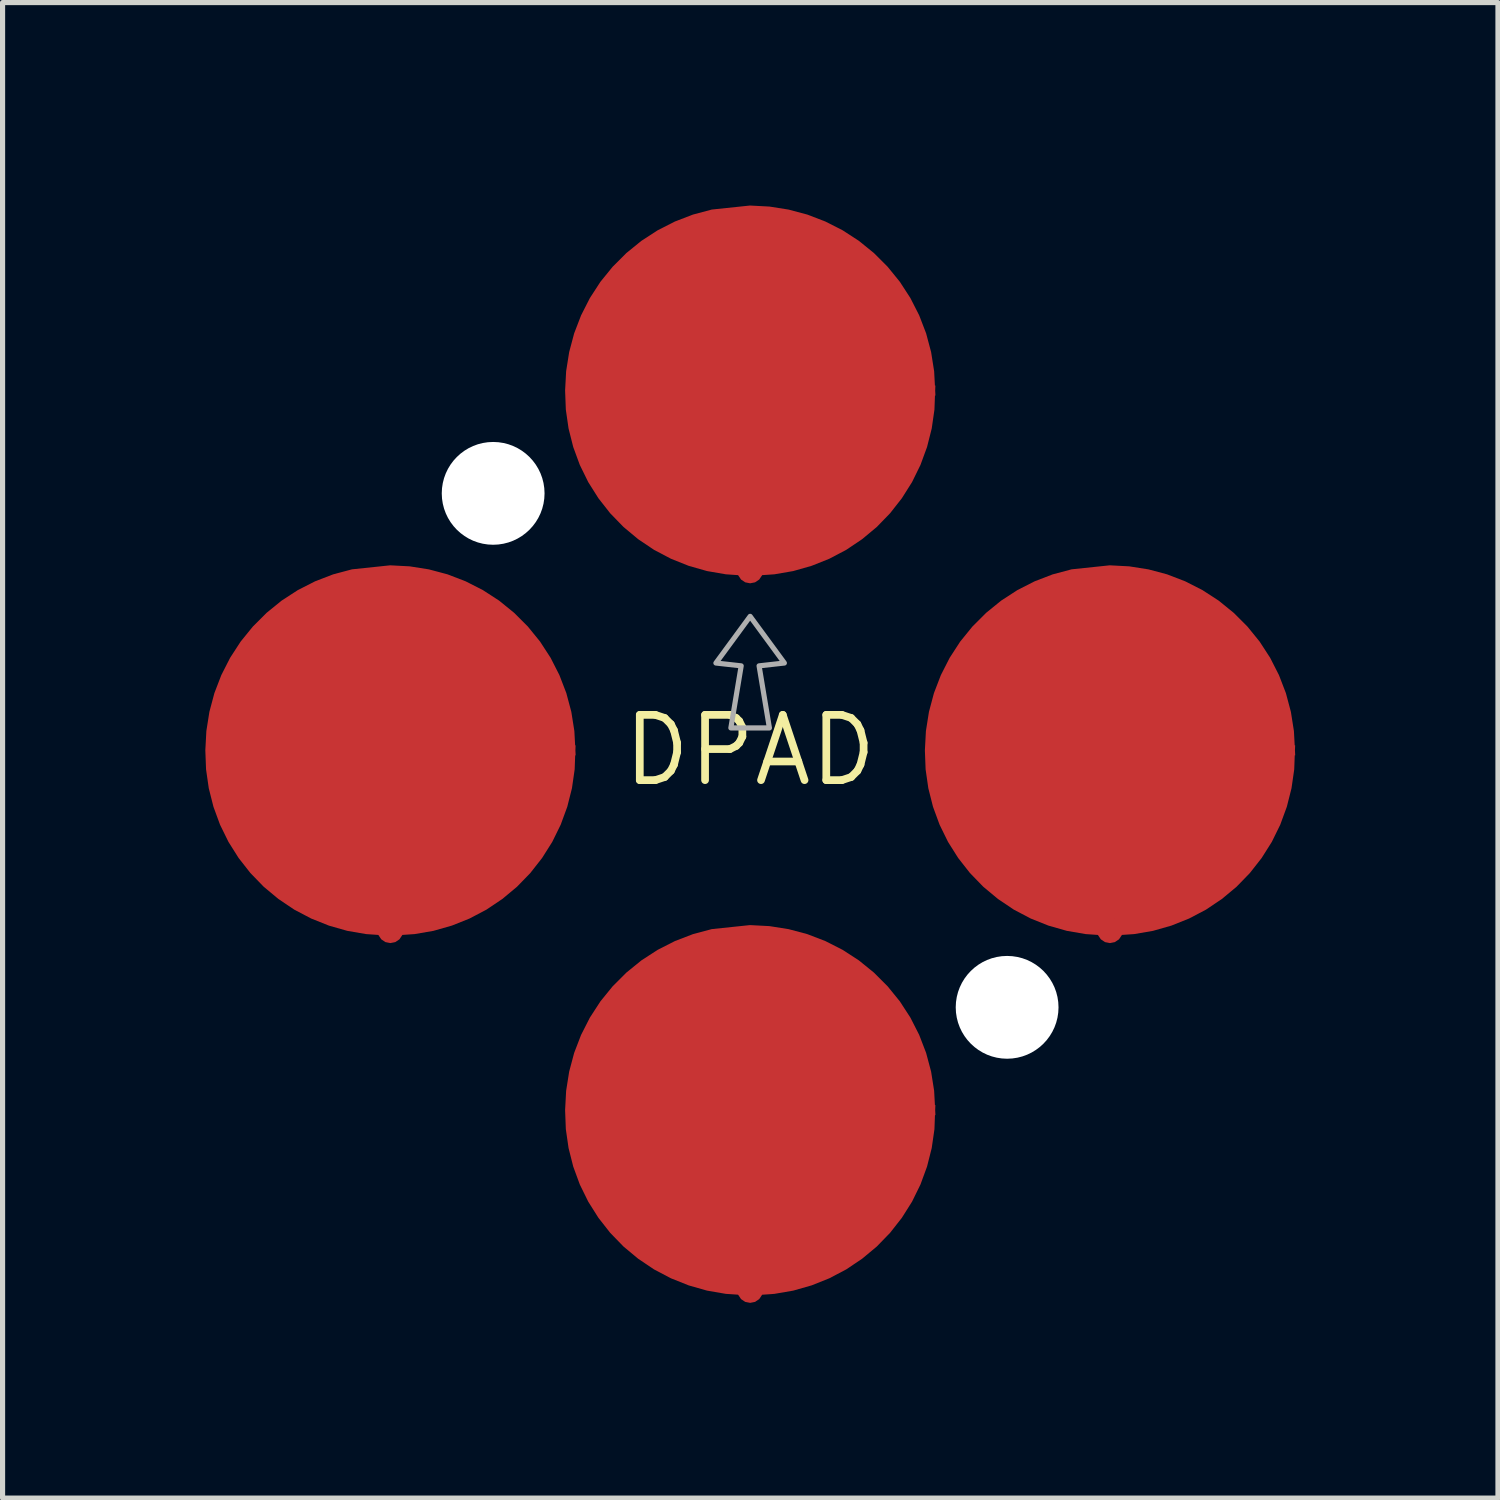
<source format=kicad_pcb>
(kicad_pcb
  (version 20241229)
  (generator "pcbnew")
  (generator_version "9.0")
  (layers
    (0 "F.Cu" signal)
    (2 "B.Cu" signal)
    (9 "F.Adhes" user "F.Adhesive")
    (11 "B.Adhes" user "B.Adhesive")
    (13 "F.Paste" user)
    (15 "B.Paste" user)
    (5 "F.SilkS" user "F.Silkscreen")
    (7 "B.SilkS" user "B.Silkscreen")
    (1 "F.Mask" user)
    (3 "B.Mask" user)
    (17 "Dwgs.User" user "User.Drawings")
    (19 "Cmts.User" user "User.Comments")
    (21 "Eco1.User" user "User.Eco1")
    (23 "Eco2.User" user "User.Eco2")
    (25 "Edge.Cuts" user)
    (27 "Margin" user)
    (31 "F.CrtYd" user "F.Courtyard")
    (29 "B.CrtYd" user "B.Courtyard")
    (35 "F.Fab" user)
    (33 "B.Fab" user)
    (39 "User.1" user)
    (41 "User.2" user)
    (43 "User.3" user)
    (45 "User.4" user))
  (footprint "DPAD"
    (layer "F.Cu")
    (at 11.545 11.549)
    (property "Reference" "DPAD" (at 0 0 0) (layer "F.SilkS") (effects (font (size 1.27 1.27) (thickness 0.15))))
    (fp_poly (pts (xy 0.491 5.476) (xy 0.727 5.574) (xy 0.941 5.705) (xy 1.132 5.868) (xy 1.295 6.059) (xy 1.426 6.273) (xy 1.522 6.505) (xy 1.581 6.75) (xy 1.601 7.004) (xy 1.524 7.491) (xy 1.426 7.727) (xy 1.295 7.941) (xy 1.132 8.132) (xy 0.941 8.295) (xy 0.727 8.426) (xy 0.495 8.522) (xy 0.25 8.581) (xy -0.004 8.601) (xy -0.491 8.524) (xy -0.727 8.426) (xy -0.941 8.295) (xy -1.132 8.132) (xy -1.295 7.941) (xy -1.426 7.727) (xy -1.522 7.495) (xy -1.581 7.25) (xy -1.601 6.996) (xy -1.524 6.509) (xy -1.426 6.273) (xy -1.295 6.059) (xy -1.132 5.868) (xy -0.941 5.705) (xy -0.727 5.574) (xy -0.495 5.478) (xy -0.25 5.419) (xy 0.004 5.399)) (stroke (width 0) (type default)) (fill yes) (layer "F.Cu"))
    (fp_poly (pts (xy 7.491 -1.524) (xy 7.727 -1.426) (xy 7.941 -1.295) (xy 8.132 -1.132) (xy 8.295 -0.941) (xy 8.426 -0.727) (xy 8.522 -0.495) (xy 8.581 -0.25) (xy 8.601 0.004) (xy 8.524 0.491) (xy 8.426 0.727) (xy 8.295 0.941) (xy 8.132 1.132) (xy 7.941 1.295) (xy 7.727 1.426) (xy 7.495 1.522) (xy 7.25 1.581) (xy 6.996 1.601) (xy 6.509 1.524) (xy 6.273 1.426) (xy 6.059 1.295) (xy 5.868 1.132) (xy 5.705 0.941) (xy 5.574 0.727) (xy 5.478 0.495) (xy 5.419 0.25) (xy 5.399 -0.004) (xy 5.476 -0.491) (xy 5.574 -0.727) (xy 5.705 -0.941) (xy 5.868 -1.132) (xy 6.059 -1.295) (xy 6.273 -1.426) (xy 6.505 -1.522) (xy 6.75 -1.581) (xy 7.004 -1.601)) (stroke (width 0) (type default)) (fill yes) (layer "F.Cu"))
    (fp_poly (pts (xy -6.509 -1.524) (xy -6.273 -1.426) (xy -6.059 -1.295) (xy -5.868 -1.132) (xy -5.705 -0.941) (xy -5.574 -0.727) (xy -5.478 -0.495) (xy -5.419 -0.25) (xy -5.399 0.004) (xy -5.476 0.491) (xy -5.574 0.727) (xy -5.705 0.941) (xy -5.868 1.132) (xy -6.059 1.295) (xy -6.273 1.426) (xy -6.505 1.522) (xy -6.75 1.581) (xy -6.996 1.6) (xy -7.008 1.6) (xy -7.491 1.524) (xy -7.727 1.426) (xy -7.941 1.295) (xy -8.132 1.132) (xy -8.295 0.941) (xy -8.426 0.727) (xy -8.522 0.495) (xy -8.581 0.25) (xy -8.601 -0.004) (xy -8.524 -0.491) (xy -8.426 -0.727) (xy -8.295 -0.941) (xy -8.132 -1.132) (xy -7.941 -1.295) (xy -7.727 -1.426) (xy -7.495 -1.522) (xy -7.25 -1.581) (xy -6.996 -1.601)) (stroke (width 0) (type default)) (fill yes) (layer "F.Cu"))
    (fp_poly (pts (xy 0.491 -8.524) (xy 0.727 -8.426) (xy 0.941 -8.295) (xy 1.132 -8.132) (xy 1.295 -7.941) (xy 1.426 -7.727) (xy 1.522 -7.495) (xy 1.581 -7.25) (xy 1.601 -6.996) (xy 1.524 -6.509) (xy 1.426 -6.273) (xy 1.295 -6.059) (xy 1.132 -5.868) (xy 0.941 -5.705) (xy 0.727 -5.574) (xy 0.495 -5.478) (xy 0.25 -5.419) (xy 0.004 -5.4) (xy -0.008 -5.4) (xy -0.491 -5.476) (xy -0.727 -5.574) (xy -0.941 -5.705) (xy -1.132 -5.868) (xy -1.295 -6.059) (xy -1.426 -6.273) (xy -1.522 -6.505) (xy -1.581 -6.75) (xy -1.601 -7.004) (xy -1.524 -7.491) (xy -1.426 -7.727) (xy -1.295 -7.941) (xy -1.132 -8.132) (xy -0.941 -8.295) (xy -0.727 -8.426) (xy -0.495 -8.522) (xy -0.25 -8.581) (xy 0.004 -8.601)) (stroke (width 0) (type default)) (fill yes) (layer "F.Cu"))
    (fp_poly (pts (xy -6.624 -3.58) (xy -6.251 -3.521) (xy -5.887 -3.424) (xy -5.536 -3.289) (xy -5.2 -3.118) (xy -4.884 -2.913) (xy -4.591 -2.675) (xy -4.325 -2.409) (xy -4.087 -2.116) (xy -3.882 -1.8) (xy -3.711 -1.464) (xy -3.576 -1.113) (xy -3.479 -0.749) (xy -3.42 -0.376) (xy -3.405 -0.098) (xy -3.396 -0.098) (xy -3.4 -0.001) (xy -3.395 0.097) (xy -3.404 0.098) (xy -3.414 0.37) (xy -3.467 0.738) (xy -3.558 1.098) (xy -3.686 1.447) (xy -3.85 1.781) (xy -4.048 2.095) (xy -4.277 2.387) (xy -4.536 2.654) (xy -4.822 2.892) (xy -5.13 3.099) (xy -5.459 3.272) (xy -5.804 3.41) (xy -6.162 3.512) (xy -6.528 3.575) (xy -7 3.607) (xy -7 3.502) (xy -7.004 3.607) (xy -7.472 3.575) (xy -7.838 3.512) (xy -8.196 3.41) (xy -8.541 3.272) (xy -8.87 3.099) (xy -9.178 2.892) (xy -9.464 2.654) (xy -9.723 2.387) (xy -9.952 2.095) (xy -10.15 1.781) (xy -10.314 1.447) (xy -10.442 1.098) (xy -10.533 0.738) (xy -10.586 0.37) (xy -10.6 -0.001) (xy -10.58 -0.376) (xy -10.521 -0.749) (xy -10.424 -1.113) (xy -10.289 -1.464) (xy -10.118 -1.8) (xy -9.913 -2.116) (xy -9.675 -2.409) (xy -9.409 -2.675) (xy -9.116 -2.913) (xy -8.8 -3.118) (xy -8.464 -3.289) (xy -8.113 -3.424) (xy -7.746 -3.522) (xy -7.003 -3.6)) (stroke (width 0) (type default)) (fill yes) (layer "F.Cu"))
    (fp_poly (pts (xy 0.376 -10.58) (xy 0.749 -10.521) (xy 1.113 -10.424) (xy 1.464 -10.289) (xy 1.8 -10.118) (xy 2.116 -9.913) (xy 2.409 -9.675) (xy 2.675 -9.409) (xy 2.913 -9.116) (xy 3.118 -8.8) (xy 3.289 -8.464) (xy 3.424 -8.113) (xy 3.521 -7.749) (xy 3.58 -7.376) (xy 3.595 -7.098) (xy 3.604 -7.098) (xy 3.6 -7.001) (xy 3.605 -6.903) (xy 3.596 -6.902) (xy 3.586 -6.63) (xy 3.533 -6.262) (xy 3.442 -5.902) (xy 3.314 -5.553) (xy 3.15 -5.219) (xy 2.952 -4.905) (xy 2.723 -4.613) (xy 2.464 -4.346) (xy 2.178 -4.108) (xy 1.87 -3.901) (xy 1.541 -3.728) (xy 1.196 -3.59) (xy 0.838 -3.488) (xy 0.472 -3.425) (xy 0 -3.393) (xy 0 -3.498) (xy -0.004 -3.393) (xy -0.472 -3.425) (xy -0.838 -3.488) (xy -1.196 -3.59) (xy -1.541 -3.728) (xy -1.87 -3.901) (xy -2.178 -4.108) (xy -2.464 -4.346) (xy -2.723 -4.613) (xy -2.952 -4.905) (xy -3.15 -5.219) (xy -3.314 -5.553) (xy -3.442 -5.902) (xy -3.533 -6.262) (xy -3.586 -6.63) (xy -3.6 -7.001) (xy -3.58 -7.376) (xy -3.521 -7.749) (xy -3.424 -8.113) (xy -3.289 -8.464) (xy -3.118 -8.8) (xy -2.913 -9.116) (xy -2.675 -9.409) (xy -2.409 -9.675) (xy -2.116 -9.913) (xy -1.8 -10.118) (xy -1.464 -10.289) (xy -1.113 -10.424) (xy -0.746 -10.522) (xy -0.003 -10.6)) (stroke (width 0) (type default)) (fill yes) (layer "F.Cu"))
    (fp_poly (pts (xy 0.376 3.42) (xy 0.749 3.479) (xy 1.113 3.576) (xy 1.464 3.711) (xy 1.8 3.882) (xy 2.116 4.087) (xy 2.409 4.325) (xy 2.675 4.591) (xy 2.913 4.884) (xy 3.118 5.2) (xy 3.289 5.536) (xy 3.424 5.887) (xy 3.521 6.251) (xy 3.58 6.624) (xy 3.595 6.902) (xy 3.604 6.902) (xy 3.6 6.999) (xy 3.605 7.097) (xy 3.596 7.098) (xy 3.586 7.37) (xy 3.533 7.738) (xy 3.442 8.098) (xy 3.314 8.447) (xy 3.15 8.781) (xy 2.952 9.095) (xy 2.723 9.387) (xy 2.464 9.654) (xy 2.178 9.892) (xy 1.87 10.099) (xy 1.541 10.272) (xy 1.196 10.41) (xy 0.838 10.512) (xy 0.472 10.575) (xy 0 10.607) (xy 0 10.502) (xy -0.004 10.607) (xy -0.472 10.575) (xy -0.838 10.512) (xy -1.196 10.41) (xy -1.541 10.272) (xy -1.87 10.099) (xy -2.178 9.892) (xy -2.464 9.654) (xy -2.723 9.387) (xy -2.952 9.095) (xy -3.15 8.781) (xy -3.314 8.447) (xy -3.442 8.098) (xy -3.533 7.738) (xy -3.586 7.37) (xy -3.6 6.999) (xy -3.58 6.624) (xy -3.521 6.251) (xy -3.424 5.887) (xy -3.289 5.536) (xy -3.118 5.2) (xy -2.913 4.884) (xy -2.675 4.591) (xy -2.409 4.325) (xy -2.116 4.087) (xy -1.8 3.882) (xy -1.464 3.711) (xy -1.113 3.576) (xy -0.746 3.478) (xy -0.003 3.4)) (stroke (width 0) (type default)) (fill yes) (layer "F.Cu"))
    (fp_poly (pts (xy 7.376 -3.58) (xy 7.749 -3.521) (xy 8.113 -3.424) (xy 8.464 -3.289) (xy 8.8 -3.118) (xy 9.116 -2.913) (xy 9.409 -2.675) (xy 9.675 -2.409) (xy 9.913 -2.116) (xy 10.118 -1.8) (xy 10.289 -1.464) (xy 10.424 -1.113) (xy 10.521 -0.749) (xy 10.58 -0.376) (xy 10.595 -0.098) (xy 10.604 -0.098) (xy 10.6 -0.001) (xy 10.605 0.097) (xy 10.596 0.098) (xy 10.586 0.37) (xy 10.533 0.738) (xy 10.442 1.098) (xy 10.314 1.447) (xy 10.15 1.781) (xy 9.952 2.095) (xy 9.723 2.387) (xy 9.464 2.654) (xy 9.178 2.892) (xy 8.87 3.099) (xy 8.541 3.272) (xy 8.196 3.41) (xy 7.838 3.512) (xy 7.472 3.575) (xy 7 3.607) (xy 7 3.502) (xy 6.996 3.607) (xy 6.528 3.575) (xy 6.162 3.512) (xy 5.804 3.41) (xy 5.459 3.272) (xy 5.13 3.099) (xy 4.822 2.892) (xy 4.536 2.654) (xy 4.277 2.387) (xy 4.048 2.095) (xy 3.85 1.781) (xy 3.686 1.447) (xy 3.558 1.098) (xy 3.467 0.738) (xy 3.414 0.37) (xy 3.4 -0.001) (xy 3.42 -0.376) (xy 3.479 -0.749) (xy 3.576 -1.113) (xy 3.711 -1.464) (xy 3.882 -1.8) (xy 4.087 -2.116) (xy 4.325 -2.409) (xy 4.591 -2.675) (xy 4.884 -2.913) (xy 5.2 -3.118) (xy 5.536 -3.289) (xy 5.887 -3.424) (xy 6.254 -3.522) (xy 6.997 -3.6)) (stroke (width 0) (type default)) (fill yes) (layer "F.Cu"))
    (fp_poly (pts (xy -6.598 -4.08) (xy -6.2 -4.021) (xy -5.81 -3.924) (xy -5.431 -3.788) (xy -5.067 -3.616) (xy -4.722 -3.409) (xy -4.399 -3.169) (xy -4.101 -2.899) (xy -3.831 -2.601) (xy -3.591 -2.278) (xy -3.384 -1.933) (xy -3.212 -1.569) (xy -3.076 -1.19) (xy -2.978 -0.798) (xy -2.9 -0.002) (xy -2.92 0.402) (xy -2.979 0.8) (xy -3.076 1.19) (xy -3.212 1.569) (xy -3.384 1.933) (xy -3.591 2.278) (xy -3.831 2.601) (xy -4.101 2.899) (xy -4.399 3.169) (xy -4.722 3.409) (xy -5.067 3.616) (xy -5.431 3.788) (xy -5.81 3.924) (xy -6.202 4.022) (xy -6.998 4.1) (xy -7.402 4.08) (xy -7.8 4.021) (xy -8.19 3.924) (xy -8.569 3.788) (xy -8.933 3.616) (xy -9.278 3.409) (xy -9.601 3.169) (xy -9.899 2.899) (xy -10.169 2.601) (xy -10.409 2.278) (xy -10.616 1.933) (xy -10.788 1.569) (xy -10.924 1.19) (xy -11.022 0.798) (xy -11.1 0.002) (xy -11.08 -0.402) (xy -11.021 -0.8) (xy -10.924 -1.19) (xy -10.788 -1.569) (xy -10.616 -1.933) (xy -10.409 -2.278) (xy -10.169 -2.601) (xy -9.899 -2.899) (xy -9.601 -3.169) (xy -9.278 -3.409) (xy -8.933 -3.616) (xy -8.569 -3.788) (xy -8.19 -3.924) (xy -7.798 -4.022) (xy -7.002 -4.1)) (stroke (width 0) (type default)) (fill yes) (layer "F.Mask"))
    (fp_poly (pts (xy 0.402 -11.08) (xy 0.8 -11.021) (xy 1.19 -10.924) (xy 1.569 -10.788) (xy 1.933 -10.616) (xy 2.278 -10.409) (xy 2.601 -10.169) (xy 2.899 -9.899) (xy 3.169 -9.601) (xy 3.409 -9.278) (xy 3.616 -8.933) (xy 3.788 -8.569) (xy 3.924 -8.19) (xy 4.022 -7.798) (xy 4.1 -7.002) (xy 4.08 -6.598) (xy 4.021 -6.2) (xy 3.924 -5.81) (xy 3.788 -5.431) (xy 3.616 -5.067) (xy 3.409 -4.722) (xy 3.169 -4.399) (xy 2.899 -4.101) (xy 2.601 -3.831) (xy 2.278 -3.591) (xy 1.933 -3.384) (xy 1.569 -3.212) (xy 1.19 -3.076) (xy 0.798 -2.978) (xy 0.002 -2.9) (xy -0.402 -2.92) (xy -0.8 -2.979) (xy -1.19 -3.076) (xy -1.569 -3.212) (xy -1.933 -3.384) (xy -2.278 -3.591) (xy -2.601 -3.831) (xy -2.899 -4.101) (xy -3.169 -4.399) (xy -3.409 -4.722) (xy -3.616 -5.067) (xy -3.788 -5.431) (xy -3.924 -5.81) (xy -4.022 -6.202) (xy -4.1 -6.998) (xy -4.08 -7.402) (xy -4.021 -7.8) (xy -3.924 -8.19) (xy -3.788 -8.569) (xy -3.616 -8.933) (xy -3.409 -9.278) (xy -3.169 -9.601) (xy -2.899 -9.899) (xy -2.601 -10.169) (xy -2.278 -10.409) (xy -1.933 -10.616) (xy -1.569 -10.788) (xy -1.19 -10.924) (xy -0.798 -11.022) (xy -0.002 -11.1)) (stroke (width 0) (type default)) (fill yes) (layer "F.Mask"))
    (fp_poly (pts (xy 0.402 2.92) (xy 0.8 2.979) (xy 1.19 3.076) (xy 1.569 3.212) (xy 1.933 3.384) (xy 2.278 3.591) (xy 2.601 3.831) (xy 2.899 4.101) (xy 3.169 4.399) (xy 3.409 4.722) (xy 3.616 5.067) (xy 3.788 5.431) (xy 3.924 5.81) (xy 4.022 6.202) (xy 4.1 6.998) (xy 4.08 7.402) (xy 4.021 7.8) (xy 3.924 8.19) (xy 3.788 8.569) (xy 3.616 8.933) (xy 3.409 9.278) (xy 3.169 9.601) (xy 2.899 9.899) (xy 2.601 10.169) (xy 2.278 10.409) (xy 1.933 10.616) (xy 1.569 10.788) (xy 1.19 10.924) (xy 0.798 11.022) (xy 0.002 11.1) (xy -0.402 11.08) (xy -0.8 11.021) (xy -1.19 10.924) (xy -1.569 10.788) (xy -1.933 10.616) (xy -2.278 10.409) (xy -2.601 10.169) (xy -2.899 9.899) (xy -3.169 9.601) (xy -3.409 9.278) (xy -3.616 8.933) (xy -3.788 8.569) (xy -3.924 8.19) (xy -4.022 7.798) (xy -4.1 7.002) (xy -4.08 6.598) (xy -4.021 6.2) (xy -3.924 5.81) (xy -3.788 5.431) (xy -3.616 5.067) (xy -3.409 4.722) (xy -3.169 4.399) (xy -2.899 4.101) (xy -2.601 3.831) (xy -2.278 3.591) (xy -1.933 3.384) (xy -1.569 3.212) (xy -1.19 3.076) (xy -0.798 2.978) (xy -0.002 2.9)) (stroke (width 0) (type default)) (fill yes) (layer "F.Mask"))
    (fp_poly (pts (xy 7.402 -4.08) (xy 7.8 -4.021) (xy 8.19 -3.924) (xy 8.569 -3.788) (xy 8.933 -3.616) (xy 9.278 -3.409) (xy 9.601 -3.169) (xy 9.899 -2.899) (xy 10.169 -2.601) (xy 10.409 -2.278) (xy 10.616 -1.933) (xy 10.788 -1.569) (xy 10.924 -1.19) (xy 11.022 -0.798) (xy 11.1 -0.002) (xy 11.08 0.402) (xy 11.021 0.8) (xy 10.924 1.19) (xy 10.788 1.569) (xy 10.616 1.933) (xy 10.409 2.278) (xy 10.169 2.601) (xy 9.899 2.899) (xy 9.601 3.169) (xy 9.278 3.409) (xy 8.933 3.616) (xy 8.569 3.788) (xy 8.19 3.924) (xy 7.798 4.022) (xy 7.002 4.1) (xy 6.598 4.08) (xy 6.2 4.021) (xy 5.81 3.924) (xy 5.431 3.788) (xy 5.067 3.616) (xy 4.722 3.409) (xy 4.399 3.169) (xy 4.101 2.899) (xy 3.831 2.601) (xy 3.591 2.278) (xy 3.384 1.933) (xy 3.212 1.569) (xy 3.076 1.19) (xy 2.978 0.798) (xy 2.9 0.002) (xy 2.92 -0.402) (xy 2.979 -0.8) (xy 3.076 -1.19) (xy 3.212 -1.569) (xy 3.384 -1.933) (xy 3.591 -2.278) (xy 3.831 -2.601) (xy 4.101 -2.899) (xy 4.399 -3.169) (xy 4.722 -3.409) (xy 5.067 -3.616) (xy 5.431 -3.788) (xy 5.81 -3.924) (xy 6.202 -4.022) (xy 6.998 -4.1)) (stroke (width 0) (type default)) (fill yes) (layer "F.Mask"))
    (fp_poly (pts (xy 0.666 -1.699) (xy 0.174 -1.644) (xy 0.375 -0.436) (xy -0.375 -0.436) (xy -0.174 -1.644) (xy -0.666 -1.699) (xy 0 -2.607)) (stroke (width 0.1) (type default)) (fill no) (layer "F.Fab"))
    (pad "" np_thru_hole circle (at -5 -5) (size 2 2) (drill 2) (layers "*.Cu" "*.Mask"))
    (pad "" np_thru_hole circle (at 5 5) (size 2 2) (drill 2) (layers "*.Cu" "*.Mask"))
    (pad "DOWN" smd roundrect (at 0 7 90) (size 0.5 0.5) (layers "F.Cu" "F.Mask" "F.Paste") (roundrect_rratio 0.5))
    (pad "GND1" smd roundrect (at -7 3.5 90) (size 0.5 0.5) (layers "F.Cu" "F.Mask" "F.Paste") (roundrect_rratio 0.5))
    (pad "GND2" smd roundrect (at 7 3.5 90) (size 0.5 0.5) (layers "F.Cu" "F.Mask" "F.Paste") (roundrect_rratio 0.5))
    (pad "GND3" smd roundrect (at 0 -3.5 90) (size 0.5 0.5) (layers "F.Cu" "F.Mask" "F.Paste") (roundrect_rratio 0.5))
    (pad "GND4" smd roundrect (at 0 10.5 90) (size 0.5 0.5) (layers "F.Cu" "F.Mask" "F.Paste") (roundrect_rratio 0.5))
    (pad "LEFT" smd roundrect (at -7 0 90) (size 0.5 0.5) (layers "F.Cu" "F.Mask" "F.Paste") (roundrect_rratio 0.5))
    (pad "RIGHT" smd roundrect (at 7 0 90) (size 0.5 0.5) (layers "F.Cu" "F.Mask" "F.Paste") (roundrect_rratio 0.5))
    (pad "UP" smd roundrect (at 0 -7 90) (size 0.5 0.5) (layers "F.Cu" "F.Mask" "F.Paste") (roundrect_rratio 0.5))
    (zone (net_name "") (layer "F.Cu") (hatch edge 0.5) (connect_pads) (min_thickness 0.25) (filled_areas_thickness no) (keepout (tracks not_allowed) (vias not_allowed) (pads not_allowed) (copperpour not_allowed) (footprints allowed)) (placement (enabled no)) (fill) (polygon (pts (xy 9.095 11.549) (xy 9.075 11.123) (xy 9.015 10.7) (xy 8.916 10.285) (xy 8.779 9.882) (xy 8.604 9.493) (xy 8.394 9.122) (xy 8.149 8.772) (xy 7.873 8.447) (xy 7.568 8.148) (xy 7.237 7.88) (xy 6.881 7.644) (xy 6.505 7.443) (xy 6.112 7.277) (xy 5.705 7.149) (xy 5.288 7.06) (xy 4.865 7.01) (xy 4.438 7) (xy 4.013 7.03) (xy 3.592 7.1) (xy 3.18 7.208) (xy 2.779 7.355) (xy 2.394 7.539) (xy 2.028 7.758) (xy 1.684 8.01) (xy 1.366 8.294) (xy 1.075 8.606) (xy 0.814 8.944) (xy 0.587 9.305) (xy 0.394 9.685) (xy 0.238 10.082) (xy 0.119 10.492) (xy 0.04 10.911) (xy 0 11.335) (xy 0 11.762) (xy 0.04 12.187) (xy 0.119 12.606) (xy 0.238 13.016) (xy 0.394 13.412) (xy 0.587 13.793) (xy 0.814 14.154) (xy 1.075 14.492) (xy 1.366 14.804) (xy 1.684 15.087) (xy 2.028 15.339) (xy 2.394 15.558) (xy 2.779 15.742) (xy 3.18 15.889) (xy 3.592 15.998) (xy 4.013 16.068) (xy 4.438 16.098) (xy 4.865 16.087) (xy 5.288 16.038) (xy 5.705 15.948) (xy 6.112 15.82) (xy 6.505 15.655) (xy 6.881 15.453) (xy 7.237 15.217) (xy 7.568 14.949) (xy 7.873 14.651) (xy 8.149 14.326) (xy 8.394 13.976) (xy 8.604 13.605) (xy 8.779 13.216) (xy 8.916 12.812) (xy 9.015 12.397) (xy 9.075 11.975))) (polygon (pts (xy 8.395 11.549) (xy 8.375 11.159) (xy 8.316 10.774) (xy 8.218 10.396) (xy 8.083 10.03) (xy 7.911 9.68) (xy 7.705 9.349) (xy 7.466 9.041) (xy 7.198 8.758) (xy 6.902 8.504) (xy 6.582 8.281) (xy 6.241 8.092) (xy 5.882 7.938) (xy 5.51 7.822) (xy 5.128 7.743) (xy 4.74 7.704) (xy 4.35 7.704) (xy 3.962 7.743) (xy 3.58 7.822) (xy 3.208 7.938) (xy 2.849 8.092) (xy 2.508 8.281) (xy 2.188 8.504) (xy 1.892 8.758) (xy 1.624 9.041) (xy 1.385 9.349) (xy 1.179 9.68) (xy 1.007 10.03) (xy 0.872 10.396) (xy 0.774 10.774) (xy 0.715 11.159) (xy 0.695 11.549) (xy 0.715 11.938) (xy 0.774 12.324) (xy 0.872 12.701) (xy 1.007 13.067) (xy 1.179 13.417) (xy 1.385 13.748) (xy 1.624 14.057) (xy 1.892 14.339) (xy 2.188 14.593) (xy 2.508 14.816) (xy 2.849 15.005) (xy 3.208 15.159) (xy 3.58 15.276) (xy 3.962 15.354) (xy 4.35 15.394) (xy 4.74 15.394) (xy 5.128 15.354) (xy 5.51 15.276) (xy 5.882 15.159) (xy 6.241 15.005) (xy 6.582 14.816) (xy 6.902 14.593) (xy 7.198 14.339) (xy 7.466 14.057) (xy 7.705 13.748) (xy 7.911 13.417) (xy 8.083 13.067) (xy 8.218 12.701) (xy 8.316 12.324) (xy 8.375 11.938))))
    (zone (net_name "") (layer "F.Cu") (hatch edge 0.5) (connect_pads) (min_thickness 0.25) (filled_areas_thickness no) (keepout (tracks not_allowed) (vias not_allowed) (pads not_allowed) (copperpour not_allowed) (footprints allowed)) (placement (enabled no)) (fill) (polygon (pts (xy 16.095 4.549) (xy 16.075 4.123) (xy 16.015 3.7) (xy 15.916 3.285) (xy 15.779 2.882) (xy 15.604 2.493) (xy 15.394 2.122) (xy 15.149 1.772) (xy 14.873 1.447) (xy 14.568 1.148) (xy 14.237 0.88) (xy 13.881 0.644) (xy 13.505 0.443) (xy 13.112 0.277) (xy 12.705 0.149) (xy 12.288 0.06) (xy 11.865 0.01) (xy 11.438 0) (xy 11.013 0.03) (xy 10.592 0.1) (xy 10.18 0.208) (xy 9.779 0.355) (xy 9.394 0.539) (xy 9.028 0.758) (xy 8.684 1.01) (xy 8.366 1.294) (xy 8.075 1.606) (xy 7.814 1.944) (xy 7.587 2.305) (xy 7.394 2.685) (xy 7.238 3.082) (xy 7.119 3.492) (xy 7.04 3.911) (xy 7 4.335) (xy 7 4.762) (xy 7.04 5.187) (xy 7.119 5.606) (xy 7.238 6.016) (xy 7.394 6.412) (xy 7.587 6.793) (xy 7.814 7.154) (xy 8.075 7.492) (xy 8.366 7.804) (xy 8.684 8.087) (xy 9.028 8.339) (xy 9.394 8.558) (xy 9.779 8.742) (xy 10.18 8.889) (xy 10.592 8.998) (xy 11.013 9.068) (xy 11.438 9.098) (xy 11.865 9.088) (xy 12.288 9.038) (xy 12.705 8.948) (xy 13.112 8.82) (xy 13.505 8.655) (xy 13.881 8.453) (xy 14.237 8.217) (xy 14.568 7.949) (xy 14.873 7.651) (xy 15.149 7.326) (xy 15.394 6.976) (xy 15.604 6.605) (xy 15.779 6.216) (xy 15.916 5.812) (xy 16.015 5.397) (xy 16.075 4.975))) (polygon (pts (xy 15.395 4.549) (xy 15.375 4.159) (xy 15.316 3.774) (xy 15.218 3.396) (xy 15.083 3.03) (xy 14.911 2.68) (xy 14.705 2.349) (xy 14.466 2.041) (xy 14.198 1.758) (xy 13.902 1.504) (xy 13.582 1.281) (xy 13.241 1.092) (xy 12.882 0.938) (xy 12.51 0.822) (xy 12.128 0.743) (xy 11.74 0.704) (xy 11.35 0.704) (xy 10.962 0.743) (xy 10.58 0.822) (xy 10.208 0.938) (xy 9.849 1.092) (xy 9.508 1.281) (xy 9.188 1.504) (xy 8.892 1.758) (xy 8.624 2.041) (xy 8.385 2.349) (xy 8.179 2.68) (xy 8.007 3.03) (xy 7.872 3.396) (xy 7.774 3.774) (xy 7.715 4.159) (xy 7.695 4.549) (xy 7.715 4.938) (xy 7.774 5.324) (xy 7.872 5.701) (xy 8.007 6.067) (xy 8.179 6.417) (xy 8.385 6.748) (xy 8.624 7.057) (xy 8.892 7.339) (xy 9.188 7.593) (xy 9.508 7.816) (xy 9.849 8.005) (xy 10.208 8.159) (xy 10.58 8.276) (xy 10.962 8.354) (xy 11.35 8.394) (xy 11.74 8.394) (xy 12.128 8.354) (xy 12.51 8.276) (xy 12.882 8.159) (xy 13.241 8.005) (xy 13.582 7.816) (xy 13.902 7.593) (xy 14.198 7.339) (xy 14.466 7.057) (xy 14.705 6.748) (xy 14.911 6.417) (xy 15.083 6.067) (xy 15.218 5.701) (xy 15.316 5.324) (xy 15.375 4.938))))
    (zone (net_name "") (layer "F.Cu") (hatch edge 0.5) (connect_pads) (min_thickness 0.25) (filled_areas_thickness no) (keepout (tracks not_allowed) (vias not_allowed) (pads not_allowed) (copperpour not_allowed) (footprints allowed)) (placement (enabled no)) (fill) (polygon (pts (xy 16.095 18.549) (xy 16.075 18.123) (xy 16.015 17.7) (xy 15.916 17.285) (xy 15.779 16.882) (xy 15.604 16.493) (xy 15.394 16.122) (xy 15.149 15.772) (xy 14.873 15.447) (xy 14.568 15.148) (xy 14.237 14.88) (xy 13.881 14.644) (xy 13.505 14.443) (xy 13.112 14.277) (xy 12.705 14.149) (xy 12.288 14.06) (xy 11.865 14.01) (xy 11.438 14) (xy 11.013 14.03) (xy 10.592 14.1) (xy 10.18 14.208) (xy 9.779 14.355) (xy 9.394 14.539) (xy 9.028 14.758) (xy 8.684 15.01) (xy 8.366 15.294) (xy 8.075 15.606) (xy 7.814 15.944) (xy 7.587 16.305) (xy 7.394 16.685) (xy 7.238 17.082) (xy 7.119 17.492) (xy 7.04 17.911) (xy 7 18.335) (xy 7 18.762) (xy 7.04 19.187) (xy 7.119 19.606) (xy 7.238 20.016) (xy 7.394 20.412) (xy 7.587 20.793) (xy 7.814 21.154) (xy 8.075 21.492) (xy 8.366 21.804) (xy 8.684 22.087) (xy 9.028 22.339) (xy 9.394 22.558) (xy 9.779 22.742) (xy 10.18 22.889) (xy 10.592 22.998) (xy 11.013 23.068) (xy 11.438 23.098) (xy 11.865 23.087) (xy 12.288 23.038) (xy 12.705 22.948) (xy 13.112 22.82) (xy 13.505 22.655) (xy 13.881 22.453) (xy 14.237 22.217) (xy 14.568 21.949) (xy 14.873 21.651) (xy 15.149 21.326) (xy 15.394 20.976) (xy 15.604 20.605) (xy 15.779 20.216) (xy 15.916 19.812) (xy 16.015 19.397) (xy 16.075 18.975))) (polygon (pts (xy 15.395 18.549) (xy 15.375 18.159) (xy 15.316 17.774) (xy 15.218 17.396) (xy 15.083 17.03) (xy 14.911 16.68) (xy 14.705 16.349) (xy 14.466 16.041) (xy 14.198 15.758) (xy 13.902 15.504) (xy 13.582 15.281) (xy 13.241 15.092) (xy 12.882 14.938) (xy 12.51 14.822) (xy 12.128 14.743) (xy 11.74 14.704) (xy 11.35 14.704) (xy 10.962 14.743) (xy 10.58 14.822) (xy 10.208 14.938) (xy 9.849 15.092) (xy 9.508 15.281) (xy 9.188 15.504) (xy 8.892 15.758) (xy 8.624 16.041) (xy 8.385 16.349) (xy 8.179 16.68) (xy 8.007 17.03) (xy 7.872 17.396) (xy 7.774 17.774) (xy 7.715 18.159) (xy 7.695 18.549) (xy 7.715 18.938) (xy 7.774 19.324) (xy 7.872 19.701) (xy 8.007 20.067) (xy 8.179 20.417) (xy 8.385 20.748) (xy 8.624 21.057) (xy 8.892 21.339) (xy 9.188 21.593) (xy 9.508 21.816) (xy 9.849 22.005) (xy 10.208 22.159) (xy 10.58 22.276) (xy 10.962 22.354) (xy 11.35 22.394) (xy 11.74 22.394) (xy 12.128 22.354) (xy 12.51 22.276) (xy 12.882 22.159) (xy 13.241 22.005) (xy 13.582 21.816) (xy 13.902 21.593) (xy 14.198 21.339) (xy 14.466 21.057) (xy 14.705 20.748) (xy 14.911 20.417) (xy 15.083 20.067) (xy 15.218 19.701) (xy 15.316 19.324) (xy 15.375 18.938))))
    (zone (net_name "") (layer "F.Cu") (hatch edge 0.5) (connect_pads) (min_thickness 0.25) (filled_areas_thickness no) (keepout (tracks not_allowed) (vias not_allowed) (pads not_allowed) (copperpour not_allowed) (footprints allowed)) (placement (enabled no)) (fill) (polygon (pts (xy 23.095 11.549) (xy 23.075 11.123) (xy 23.015 10.7) (xy 22.916 10.285) (xy 22.779 9.882) (xy 22.604 9.493) (xy 22.394 9.122) (xy 22.149 8.772) (xy 21.873 8.447) (xy 21.568 8.148) (xy 21.237 7.88) (xy 20.881 7.644) (xy 20.505 7.443) (xy 20.112 7.277) (xy 19.705 7.149) (xy 19.288 7.06) (xy 18.865 7.01) (xy 18.438 7) (xy 18.013 7.03) (xy 17.592 7.1) (xy 17.18 7.208) (xy 16.779 7.355) (xy 16.394 7.539) (xy 16.028 7.758) (xy 15.684 8.01) (xy 15.366 8.294) (xy 15.075 8.606) (xy 14.814 8.944) (xy 14.587 9.305) (xy 14.394 9.685) (xy 14.238 10.082) (xy 14.119 10.492) (xy 14.04 10.911) (xy 14 11.335) (xy 14 11.762) (xy 14.04 12.187) (xy 14.119 12.606) (xy 14.238 13.016) (xy 14.394 13.412) (xy 14.587 13.793) (xy 14.814 14.154) (xy 15.075 14.492) (xy 15.366 14.804) (xy 15.684 15.087) (xy 16.028 15.339) (xy 16.394 15.558) (xy 16.779 15.742) (xy 17.18 15.889) (xy 17.592 15.998) (xy 18.013 16.068) (xy 18.438 16.098) (xy 18.865 16.087) (xy 19.288 16.038) (xy 19.705 15.948) (xy 20.112 15.82) (xy 20.505 15.655) (xy 20.881 15.453) (xy 21.237 15.217) (xy 21.568 14.949) (xy 21.873 14.651) (xy 22.149 14.326) (xy 22.394 13.976) (xy 22.604 13.605) (xy 22.779 13.216) (xy 22.916 12.812) (xy 23.015 12.397) (xy 23.075 11.975))) (polygon (pts (xy 22.395 11.549) (xy 22.375 11.159) (xy 22.316 10.774) (xy 22.218 10.396) (xy 22.083 10.03) (xy 21.911 9.68) (xy 21.705 9.349) (xy 21.466 9.041) (xy 21.198 8.758) (xy 20.902 8.504) (xy 20.582 8.281) (xy 20.241 8.092) (xy 19.882 7.938) (xy 19.51 7.822) (xy 19.128 7.743) (xy 18.74 7.704) (xy 18.35 7.704) (xy 17.962 7.743) (xy 17.58 7.822) (xy 17.208 7.938) (xy 16.849 8.092) (xy 16.508 8.281) (xy 16.188 8.504) (xy 15.892 8.758) (xy 15.624 9.041) (xy 15.385 9.349) (xy 15.179 9.68) (xy 15.007 10.03) (xy 14.872 10.396) (xy 14.774 10.774) (xy 14.715 11.159) (xy 14.695 11.549) (xy 14.715 11.938) (xy 14.774 12.324) (xy 14.872 12.701) (xy 15.007 13.067) (xy 15.179 13.417) (xy 15.385 13.748) (xy 15.624 14.057) (xy 15.892 14.339) (xy 16.188 14.593) (xy 16.508 14.816) (xy 16.849 15.005) (xy 17.208 15.159) (xy 17.58 15.276) (xy 17.962 15.354) (xy 18.35 15.394) (xy 18.74 15.394) (xy 19.128 15.354) (xy 19.51 15.276) (xy 19.882 15.159) (xy 20.241 15.005) (xy 20.582 14.816) (xy 20.902 14.593) (xy 21.198 14.339) (xy 21.466 14.057) (xy 21.705 13.748) (xy 21.911 13.417) (xy 22.083 13.067) (xy 22.218 12.701) (xy 22.316 12.324) (xy 22.375 11.938)))))
  (gr_rect
    (start -3 -3)
    (end 26.095 26.098)
    (stroke (width 0.1) (type default))
    (fill no)
    (layer "Edge.Cuts")))
</source>
